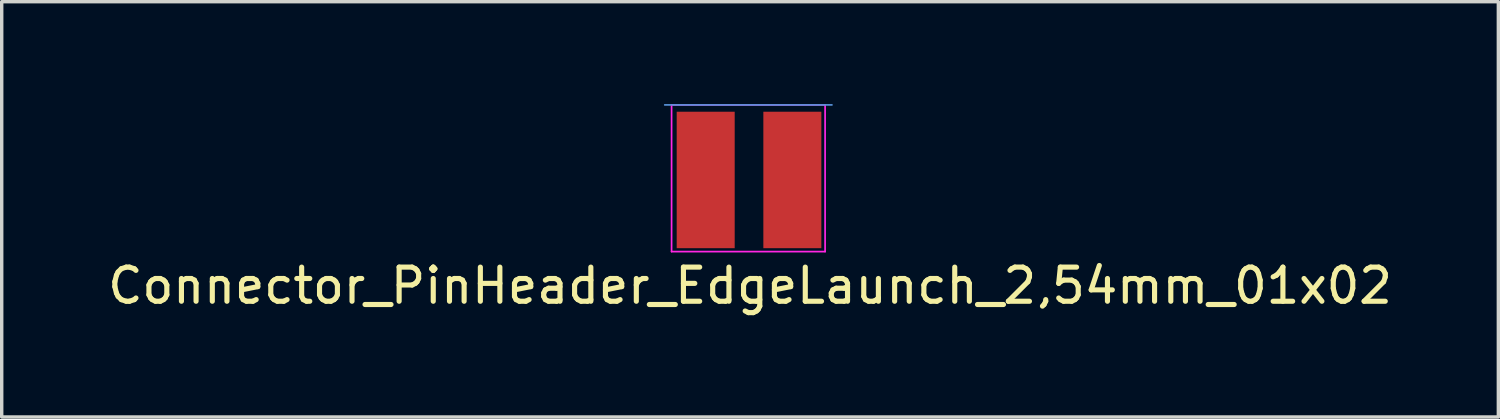
<source format=kicad_pcb>
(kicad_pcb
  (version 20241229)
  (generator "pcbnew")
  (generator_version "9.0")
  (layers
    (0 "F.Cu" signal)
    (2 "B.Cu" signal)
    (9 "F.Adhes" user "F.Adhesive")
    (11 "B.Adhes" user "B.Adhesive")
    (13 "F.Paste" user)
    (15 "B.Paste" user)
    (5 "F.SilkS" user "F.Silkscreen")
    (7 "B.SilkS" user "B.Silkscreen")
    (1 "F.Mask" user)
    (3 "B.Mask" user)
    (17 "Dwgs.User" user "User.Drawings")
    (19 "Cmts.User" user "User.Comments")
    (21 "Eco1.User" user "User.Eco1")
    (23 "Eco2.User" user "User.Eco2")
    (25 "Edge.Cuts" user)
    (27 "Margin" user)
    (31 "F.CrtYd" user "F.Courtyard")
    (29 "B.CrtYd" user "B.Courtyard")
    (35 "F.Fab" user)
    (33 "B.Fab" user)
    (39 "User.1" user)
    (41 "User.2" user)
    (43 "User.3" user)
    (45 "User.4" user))
  (footprint "Connector_PinHeader_EdgeLaunch_2,54mm_01x02"
    (layer "F.Cu")
    (at 17.635 2.225)
    (property "Reference" "Connector_PinHeader_EdgeLaunch_2,54mm_01x02" (at 1.3 3.1 0) (layer "F.SilkS") (effects (font (size 1 1) (thickness 0.15))))
    (attr through_hole)
    (fp_line (start -1.2 -2.2) (end 3.7 -2.2) (stroke (width 0.05) (type solid)) (layer "Cmts.User"))
    (fp_line (start -1 -2.2) (end -1 2.1) (stroke (width 0.05) (type solid)) (layer "F.CrtYd"))
    (fp_line (start -1 -2.2) (end 3.5 -2.2) (stroke (width 0.05) (type solid)) (layer "F.CrtYd"))
    (fp_line (start 3.5 -2.2) (end 3.5 2.1) (stroke (width 0.05) (type solid)) (layer "F.CrtYd"))
    (fp_line (start 3.5 2.1) (end -1 2.1) (stroke (width 0.05) (type solid)) (layer "F.CrtYd"))
    (pad "1" smd rect (at 0 0) (size 1.7 4) (layers "F.Cu" "F.Mask" "F.Paste"))
    (pad "2" smd rect (at 2.54 0) (size 1.7 4) (layers "F.Cu" "F.Mask" "F.Paste")))
  (gr_rect
    (start -3 -3)
    (end 40.869 9.173)
    (stroke (width 0.1) (type default))
    (fill no)
    (layer "Edge.Cuts")))
</source>
